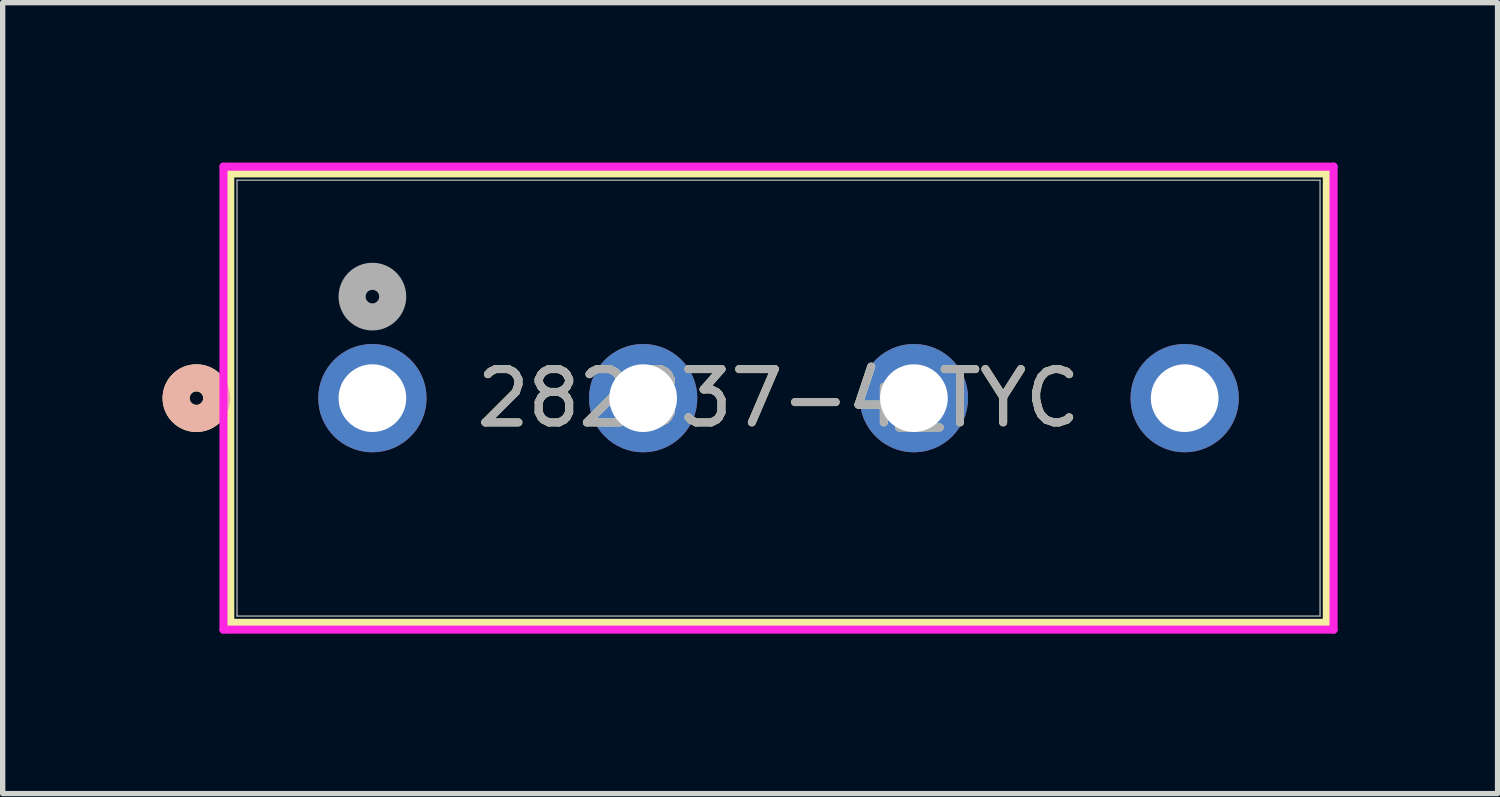
<source format=kicad_pcb>
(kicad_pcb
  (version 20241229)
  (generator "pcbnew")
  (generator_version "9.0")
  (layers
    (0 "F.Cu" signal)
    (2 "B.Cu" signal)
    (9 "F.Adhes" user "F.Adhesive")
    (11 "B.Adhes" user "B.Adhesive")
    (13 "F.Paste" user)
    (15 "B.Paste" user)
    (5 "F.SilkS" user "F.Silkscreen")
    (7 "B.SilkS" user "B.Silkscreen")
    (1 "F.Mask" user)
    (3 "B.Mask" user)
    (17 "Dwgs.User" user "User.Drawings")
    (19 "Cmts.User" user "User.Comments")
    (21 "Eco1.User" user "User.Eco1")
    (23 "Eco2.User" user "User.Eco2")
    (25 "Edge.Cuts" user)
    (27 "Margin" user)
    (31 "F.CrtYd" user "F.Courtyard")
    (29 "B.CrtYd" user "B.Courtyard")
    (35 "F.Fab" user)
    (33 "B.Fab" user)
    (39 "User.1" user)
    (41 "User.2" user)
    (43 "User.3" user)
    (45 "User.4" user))
  (footprint "282837-4_TYC"
    (layer "F.Cu")
    (at 3.937 4.42)
    (property "Reference" "282837-4_TYC" (at 7.62 0 0) (unlocked yes) (layer "F.SilkS") (effects (font (size 1 1) (thickness 0.15))))
    (attr through_hole)
    (fp_line (start -2.667 -4.216) (end -2.667 4.216) (stroke (width 0.152) (type solid)) (layer "F.SilkS"))
    (fp_line (start -2.667 4.216) (end 17.907 4.216) (stroke (width 0.152) (type solid)) (layer "F.SilkS"))
    (fp_line (start 17.907 -4.216) (end -2.667 -4.216) (stroke (width 0.152) (type solid)) (layer "F.SilkS"))
    (fp_line (start 17.907 4.216) (end 17.907 -4.216) (stroke (width 0.152) (type solid)) (layer "F.SilkS"))
    (fp_circle (center -3.302 0) (end -2.921 0) (stroke (width 0.508) (type solid)) (fill no) (layer "F.SilkS"))
    (fp_circle (center -3.302 0) (end -2.921 0) (stroke (width 0.508) (type solid)) (fill no) (layer "B.SilkS"))
    (fp_line (start -2.794 -4.343) (end -2.794 4.343) (stroke (width 0.152) (type solid)) (layer "F.CrtYd"))
    (fp_line (start -2.794 4.343) (end 18.034 4.343) (stroke (width 0.152) (type solid)) (layer "F.CrtYd"))
    (fp_line (start 18.034 -4.343) (end -2.794 -4.343) (stroke (width 0.152) (type solid)) (layer "F.CrtYd"))
    (fp_line (start 18.034 4.343) (end 18.034 -4.343) (stroke (width 0.152) (type solid)) (layer "F.CrtYd"))
    (fp_line (start -2.54 -4.089) (end -2.54 4.089) (stroke (width 0.025) (type solid)) (layer "F.Fab"))
    (fp_line (start -2.54 4.089) (end 17.78 4.089) (stroke (width 0.025) (type solid)) (layer "F.Fab"))
    (fp_line (start 17.78 -4.089) (end -2.54 -4.089) (stroke (width 0.025) (type solid)) (layer "F.Fab"))
    (fp_line (start 17.78 4.089) (end 17.78 -4.089) (stroke (width 0.025) (type solid)) (layer "F.Fab"))
    (fp_circle (center 0 -1.905) (end 0.381 -1.905) (stroke (width 0.508) (type solid)) (fill no) (layer "F.Fab"))
    (fp_text user "${REFERENCE}" (at 7.62 0 0) (unlocked yes) (layer "F.Fab") (effects (font (size 1 1) (thickness 0.15))))
    (pad "1" thru_hole circle (at 0 0) (size 2.032 2.032) (drill 1.27) (layers "*.Cu" "*.Mask"))
    (pad "2" thru_hole circle (at 5.08 0) (size 2.032 2.032) (drill 1.27) (layers "*.Cu" "*.Mask"))
    (pad "3" thru_hole circle (at 10.16 0) (size 2.032 2.032) (drill 1.27) (layers "*.Cu" "*.Mask"))
    (pad "4" thru_hole circle (at 15.24 0) (size 2.032 2.032) (drill 1.27) (layers "*.Cu" "*.Mask")))
  (gr_rect
    (start -3 -3)
    (end 25.047 11.839)
    (stroke (width 0.1) (type default))
    (fill no)
    (layer "Edge.Cuts")))
</source>
